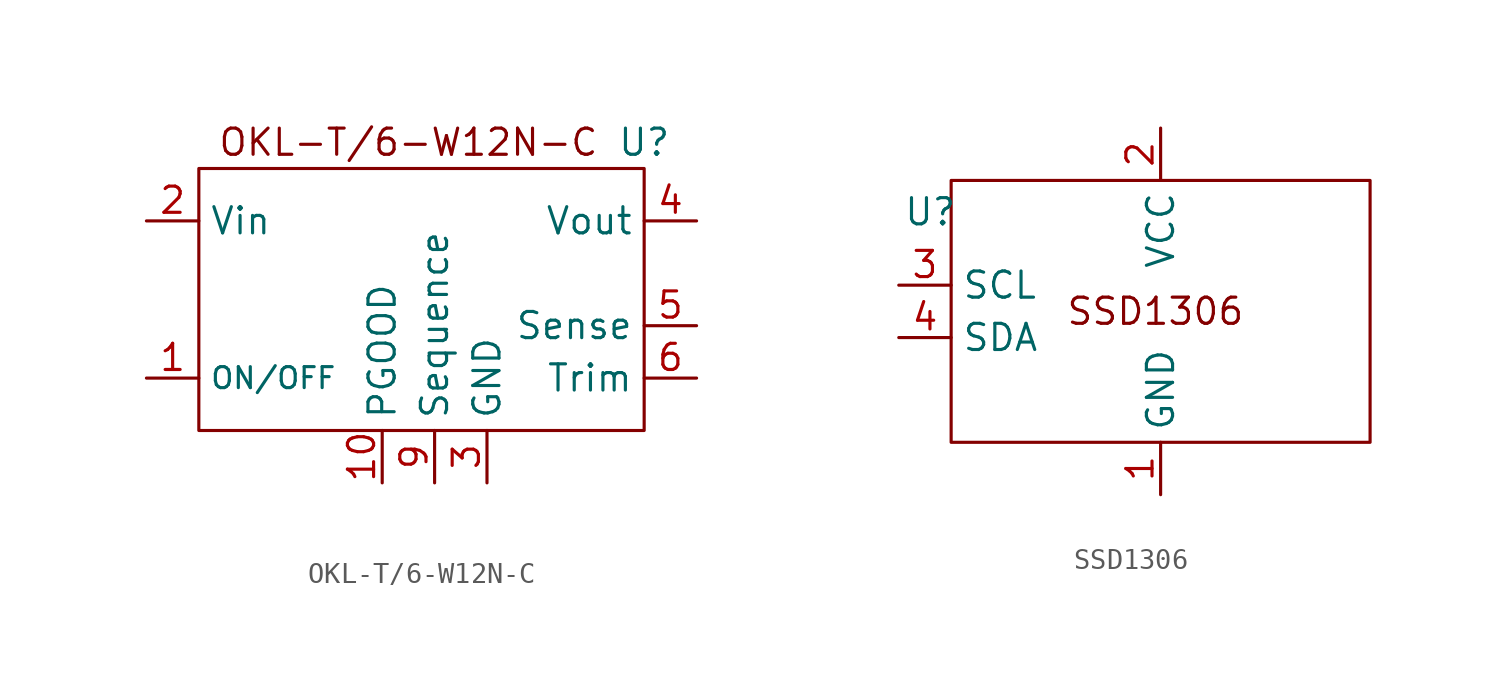
<source format=kicad_sym>
(kicad_symbol_lib
  (version 20241209)
  (generator "kicad_symbol_editor")
  (generator_version "9.0")
  (symbol "OKL-T/6-W12N-C"
    (property "Reference" "U"
      (at 10.16 11.43 0)
      (effects (font (size 1.27 1.27))))
    (property "Value" ""
      (at 10.16 -6.35 0)
      (effects (font (size 1.27 1.27))))
    (symbol "OKL-T/6-W12N-C_1_1"
      (rectangle (start 10.16 -2.54) (end -11.43 10.16) (stroke (width 0) (type default)) (fill (type none)))
      (text "OKL-T/6-W12N-C" (at -1.27 11.43 0) (effects (font (size 1.27 1.27))))
      (pin power_in line (at -13.97 7.62 0) (length 2.54) (name "Vin" (effects (font (size 1.27 1.27)))) (number "2" (effects (font (size 1.27 1.27)))))
      (pin no_connect line (at -13.97 5.08 0) (length 2.54) (hide yes) (name "N.C." (effects (font (size 1.27 1.27)))) (number "8" (effects (font (size 1.27 1.27)))))
      (pin no_connect line (at -13.97 2.54 0) (length 2.54) (hide yes) (name "N.C." (effects (font (size 1.27 1.27)))) (number "11" (effects (font (size 1.27 1.27)))))
      (pin input line (at -13.97 0 0) (length 2.54) (name "ON/OFF" (effects (font (size 1.016 1.016)))) (number "1" (effects (font (size 1.27 1.27)))))
      (pin passive line (at -2.54 -5.08 90) (length 2.54) (name "PGOOD" (effects (font (size 1.27 1.27)))) (number "10" (effects (font (size 1.27 1.27)))))
      (pin passive line (at 0 -5.08 90) (length 2.54) (name "Sequence" (effects (font (size 1.27 1.27)))) (number "9" (effects (font (size 1.27 1.27)))))
      (pin power_in line (at 2.54 -5.08 90) (length 2.54) (name "GND" (effects (font (size 1.27 1.27)))) (number "3" (effects (font (size 1.27 1.27)))))
      (pin power_in line (at 2.54 -5.08 90) (length 2.54) (hide yes) (name "GND" (effects (font (size 1.27 1.27)))) (number "7" (effects (font (size 1.27 1.27)))))
      (pin power_out line (at 12.7 7.62 180) (length 2.54) (name "Vout" (effects (font (size 1.27 1.27)))) (number "4" (effects (font (size 1.27 1.27)))))
      (pin no_connect line (at 12.7 5.08 180) (length 2.54) (hide yes) (name "N.C." (effects (font (size 1.27 1.27)))) (number "12" (effects (font (size 1.27 1.27)))))
      (pin input line (at 12.7 2.54 180) (length 2.54) (name "Sense" (effects (font (size 1.27 1.27)))) (number "5" (effects (font (size 1.27 1.27)))))
      (pin input line (at 12.7 0 180) (length 2.54) (name "Trim" (effects (font (size 1.27 1.27)))) (number "6" (effects (font (size 1.27 1.27)))))))
  (symbol "SSD1306"
    (property "Reference" "U"
      (at -11.176 4.826 0)
      (effects (font (size 1.27 1.27))))
    (property "Value" ""
      (at 0 0 0)
      (effects (font (size 1.27 1.27))))
    (symbol "SSD1306_0_1"
      (rectangle (start -10.16 6.35) (end 10.16 -6.35) (stroke (width 0) (type default)) (fill (type none))))
    (symbol "SSD1306_1_1"
      (text "SSD1306" (at -0.254 0 0) (effects (font (size 1.27 1.27))))
      (pin bidirectional line (at -12.7 1.27 0) (length 2.54) (name "SCL" (effects (font (size 1.27 1.27)))) (number "3" (effects (font (size 1.27 1.27)))))
      (pin bidirectional line (at -12.7 -1.27 0) (length 2.54) (name "SDA" (effects (font (size 1.27 1.27)))) (number "4" (effects (font (size 1.27 1.27)))))
      (pin power_in line (at 0 8.89 270) (length 2.54) (name "VCC" (effects (font (size 1.27 1.27)))) (number "2" (effects (font (size 1.27 1.27)))))
      (pin power_in line (at 0 -8.89 90) (length 2.54) (name "GND" (effects (font (size 1.27 1.27)))) (number "1" (effects (font (size 1.27 1.27))))))))
</source>
